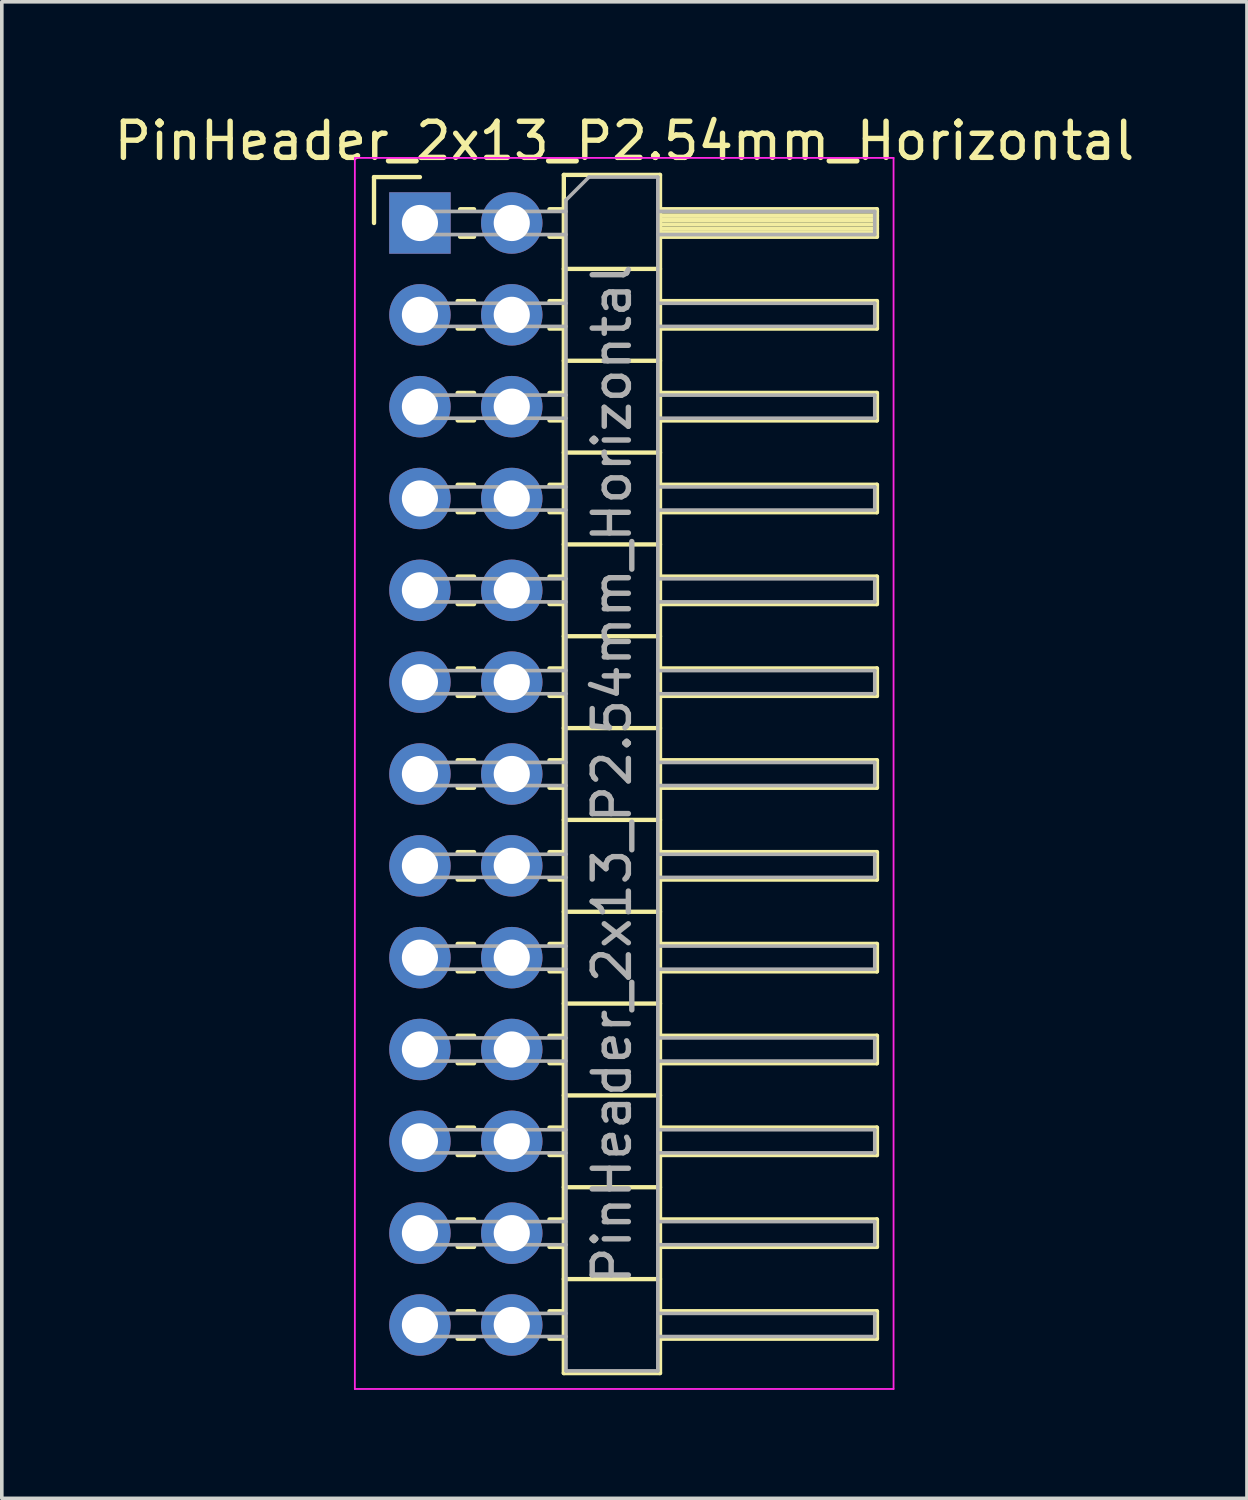
<source format=kicad_pcb>
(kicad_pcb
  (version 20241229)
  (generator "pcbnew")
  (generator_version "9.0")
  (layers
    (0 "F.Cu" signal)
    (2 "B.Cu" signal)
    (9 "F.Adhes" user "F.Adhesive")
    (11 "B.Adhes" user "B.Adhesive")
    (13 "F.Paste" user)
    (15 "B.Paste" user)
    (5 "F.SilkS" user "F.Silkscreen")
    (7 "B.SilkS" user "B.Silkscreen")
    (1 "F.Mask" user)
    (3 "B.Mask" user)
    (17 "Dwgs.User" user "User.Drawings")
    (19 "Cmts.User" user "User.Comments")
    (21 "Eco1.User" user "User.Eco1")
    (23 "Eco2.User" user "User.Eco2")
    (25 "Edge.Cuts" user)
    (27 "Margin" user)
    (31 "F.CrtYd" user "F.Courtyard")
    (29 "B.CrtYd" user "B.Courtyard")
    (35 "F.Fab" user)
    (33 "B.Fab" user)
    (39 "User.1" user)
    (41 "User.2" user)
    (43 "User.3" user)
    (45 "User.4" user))
  (footprint "PinHeader_2x13_P2.54mm_Horizontal"
    (layer "F.Cu")
    (at 8.565 3.118)
    (property "Reference" "PinHeader_2x13_P2.54mm_Horizontal" (at 5.655 -2.27 0) (layer "F.SilkS") (effects (font (size 1 1) (thickness 0.15))))
    (attr through_hole)
    (fp_line (start -1.27 -1.27) (end 0 -1.27) (stroke (width 0.12) (type solid)) (layer "F.SilkS"))
    (fp_line (start -1.27 0) (end -1.27 -1.27) (stroke (width 0.12) (type solid)) (layer "F.SilkS"))
    (fp_line (start 1.043 2.16) (end 1.497 2.16) (stroke (width 0.12) (type solid)) (layer "F.SilkS"))
    (fp_line (start 1.043 2.92) (end 1.497 2.92) (stroke (width 0.12) (type solid)) (layer "F.SilkS"))
    (fp_line (start 1.043 4.7) (end 1.497 4.7) (stroke (width 0.12) (type solid)) (layer "F.SilkS"))
    (fp_line (start 1.043 5.46) (end 1.497 5.46) (stroke (width 0.12) (type solid)) (layer "F.SilkS"))
    (fp_line (start 1.043 7.24) (end 1.497 7.24) (stroke (width 0.12) (type solid)) (layer "F.SilkS"))
    (fp_line (start 1.043 8) (end 1.497 8) (stroke (width 0.12) (type solid)) (layer "F.SilkS"))
    (fp_line (start 1.043 9.78) (end 1.497 9.78) (stroke (width 0.12) (type solid)) (layer "F.SilkS"))
    (fp_line (start 1.043 10.54) (end 1.497 10.54) (stroke (width 0.12) (type solid)) (layer "F.SilkS"))
    (fp_line (start 1.043 12.32) (end 1.497 12.32) (stroke (width 0.12) (type solid)) (layer "F.SilkS"))
    (fp_line (start 1.043 13.08) (end 1.497 13.08) (stroke (width 0.12) (type solid)) (layer "F.SilkS"))
    (fp_line (start 1.043 14.86) (end 1.497 14.86) (stroke (width 0.12) (type solid)) (layer "F.SilkS"))
    (fp_line (start 1.043 15.62) (end 1.497 15.62) (stroke (width 0.12) (type solid)) (layer "F.SilkS"))
    (fp_line (start 1.043 17.4) (end 1.497 17.4) (stroke (width 0.12) (type solid)) (layer "F.SilkS"))
    (fp_line (start 1.043 18.16) (end 1.497 18.16) (stroke (width 0.12) (type solid)) (layer "F.SilkS"))
    (fp_line (start 1.043 19.94) (end 1.497 19.94) (stroke (width 0.12) (type solid)) (layer "F.SilkS"))
    (fp_line (start 1.043 20.7) (end 1.497 20.7) (stroke (width 0.12) (type solid)) (layer "F.SilkS"))
    (fp_line (start 1.043 22.48) (end 1.497 22.48) (stroke (width 0.12) (type solid)) (layer "F.SilkS"))
    (fp_line (start 1.043 23.24) (end 1.497 23.24) (stroke (width 0.12) (type solid)) (layer "F.SilkS"))
    (fp_line (start 1.043 25.02) (end 1.497 25.02) (stroke (width 0.12) (type solid)) (layer "F.SilkS"))
    (fp_line (start 1.043 25.78) (end 1.497 25.78) (stroke (width 0.12) (type solid)) (layer "F.SilkS"))
    (fp_line (start 1.043 27.56) (end 1.497 27.56) (stroke (width 0.12) (type solid)) (layer "F.SilkS"))
    (fp_line (start 1.043 28.32) (end 1.497 28.32) (stroke (width 0.12) (type solid)) (layer "F.SilkS"))
    (fp_line (start 1.043 30.1) (end 1.497 30.1) (stroke (width 0.12) (type solid)) (layer "F.SilkS"))
    (fp_line (start 1.043 30.86) (end 1.497 30.86) (stroke (width 0.12) (type solid)) (layer "F.SilkS"))
    (fp_line (start 1.11 -0.38) (end 1.497 -0.38) (stroke (width 0.12) (type solid)) (layer "F.SilkS"))
    (fp_line (start 1.11 0.38) (end 1.497 0.38) (stroke (width 0.12) (type solid)) (layer "F.SilkS"))
    (fp_line (start 3.583 -0.38) (end 3.98 -0.38) (stroke (width 0.12) (type solid)) (layer "F.SilkS"))
    (fp_line (start 3.583 0.38) (end 3.98 0.38) (stroke (width 0.12) (type solid)) (layer "F.SilkS"))
    (fp_line (start 3.583 2.16) (end 3.98 2.16) (stroke (width 0.12) (type solid)) (layer "F.SilkS"))
    (fp_line (start 3.583 2.92) (end 3.98 2.92) (stroke (width 0.12) (type solid)) (layer "F.SilkS"))
    (fp_line (start 3.583 4.7) (end 3.98 4.7) (stroke (width 0.12) (type solid)) (layer "F.SilkS"))
    (fp_line (start 3.583 5.46) (end 3.98 5.46) (stroke (width 0.12) (type solid)) (layer "F.SilkS"))
    (fp_line (start 3.583 7.24) (end 3.98 7.24) (stroke (width 0.12) (type solid)) (layer "F.SilkS"))
    (fp_line (start 3.583 8) (end 3.98 8) (stroke (width 0.12) (type solid)) (layer "F.SilkS"))
    (fp_line (start 3.583 9.78) (end 3.98 9.78) (stroke (width 0.12) (type solid)) (layer "F.SilkS"))
    (fp_line (start 3.583 10.54) (end 3.98 10.54) (stroke (width 0.12) (type solid)) (layer "F.SilkS"))
    (fp_line (start 3.583 12.32) (end 3.98 12.32) (stroke (width 0.12) (type solid)) (layer "F.SilkS"))
    (fp_line (start 3.583 13.08) (end 3.98 13.08) (stroke (width 0.12) (type solid)) (layer "F.SilkS"))
    (fp_line (start 3.583 14.86) (end 3.98 14.86) (stroke (width 0.12) (type solid)) (layer "F.SilkS"))
    (fp_line (start 3.583 15.62) (end 3.98 15.62) (stroke (width 0.12) (type solid)) (layer "F.SilkS"))
    (fp_line (start 3.583 17.4) (end 3.98 17.4) (stroke (width 0.12) (type solid)) (layer "F.SilkS"))
    (fp_line (start 3.583 18.16) (end 3.98 18.16) (stroke (width 0.12) (type solid)) (layer "F.SilkS"))
    (fp_line (start 3.583 19.94) (end 3.98 19.94) (stroke (width 0.12) (type solid)) (layer "F.SilkS"))
    (fp_line (start 3.583 20.7) (end 3.98 20.7) (stroke (width 0.12) (type solid)) (layer "F.SilkS"))
    (fp_line (start 3.583 22.48) (end 3.98 22.48) (stroke (width 0.12) (type solid)) (layer "F.SilkS"))
    (fp_line (start 3.583 23.24) (end 3.98 23.24) (stroke (width 0.12) (type solid)) (layer "F.SilkS"))
    (fp_line (start 3.583 25.02) (end 3.98 25.02) (stroke (width 0.12) (type solid)) (layer "F.SilkS"))
    (fp_line (start 3.583 25.78) (end 3.98 25.78) (stroke (width 0.12) (type solid)) (layer "F.SilkS"))
    (fp_line (start 3.583 27.56) (end 3.98 27.56) (stroke (width 0.12) (type solid)) (layer "F.SilkS"))
    (fp_line (start 3.583 28.32) (end 3.98 28.32) (stroke (width 0.12) (type solid)) (layer "F.SilkS"))
    (fp_line (start 3.583 30.1) (end 3.98 30.1) (stroke (width 0.12) (type solid)) (layer "F.SilkS"))
    (fp_line (start 3.583 30.86) (end 3.98 30.86) (stroke (width 0.12) (type solid)) (layer "F.SilkS"))
    (fp_line (start 3.98 -1.33) (end 3.98 31.81) (stroke (width 0.12) (type solid)) (layer "F.SilkS"))
    (fp_line (start 3.98 1.27) (end 6.64 1.27) (stroke (width 0.12) (type solid)) (layer "F.SilkS"))
    (fp_line (start 3.98 3.81) (end 6.64 3.81) (stroke (width 0.12) (type solid)) (layer "F.SilkS"))
    (fp_line (start 3.98 6.35) (end 6.64 6.35) (stroke (width 0.12) (type solid)) (layer "F.SilkS"))
    (fp_line (start 3.98 8.89) (end 6.64 8.89) (stroke (width 0.12) (type solid)) (layer "F.SilkS"))
    (fp_line (start 3.98 11.43) (end 6.64 11.43) (stroke (width 0.12) (type solid)) (layer "F.SilkS"))
    (fp_line (start 3.98 13.97) (end 6.64 13.97) (stroke (width 0.12) (type solid)) (layer "F.SilkS"))
    (fp_line (start 3.98 16.51) (end 6.64 16.51) (stroke (width 0.12) (type solid)) (layer "F.SilkS"))
    (fp_line (start 3.98 19.05) (end 6.64 19.05) (stroke (width 0.12) (type solid)) (layer "F.SilkS"))
    (fp_line (start 3.98 21.59) (end 6.64 21.59) (stroke (width 0.12) (type solid)) (layer "F.SilkS"))
    (fp_line (start 3.98 24.13) (end 6.64 24.13) (stroke (width 0.12) (type solid)) (layer "F.SilkS"))
    (fp_line (start 3.98 26.67) (end 6.64 26.67) (stroke (width 0.12) (type solid)) (layer "F.SilkS"))
    (fp_line (start 3.98 29.21) (end 6.64 29.21) (stroke (width 0.12) (type solid)) (layer "F.SilkS"))
    (fp_line (start 3.98 31.81) (end 6.64 31.81) (stroke (width 0.12) (type solid)) (layer "F.SilkS"))
    (fp_line (start 6.64 -1.33) (end 3.98 -1.33) (stroke (width 0.12) (type solid)) (layer "F.SilkS"))
    (fp_line (start 6.64 -0.38) (end 12.64 -0.38) (stroke (width 0.12) (type solid)) (layer "F.SilkS"))
    (fp_line (start 6.64 -0.32) (end 12.64 -0.32) (stroke (width 0.12) (type solid)) (layer "F.SilkS"))
    (fp_line (start 6.64 -0.2) (end 12.64 -0.2) (stroke (width 0.12) (type solid)) (layer "F.SilkS"))
    (fp_line (start 6.64 -0.08) (end 12.64 -0.08) (stroke (width 0.12) (type solid)) (layer "F.SilkS"))
    (fp_line (start 6.64 0.04) (end 12.64 0.04) (stroke (width 0.12) (type solid)) (layer "F.SilkS"))
    (fp_line (start 6.64 0.16) (end 12.64 0.16) (stroke (width 0.12) (type solid)) (layer "F.SilkS"))
    (fp_line (start 6.64 0.28) (end 12.64 0.28) (stroke (width 0.12) (type solid)) (layer "F.SilkS"))
    (fp_line (start 6.64 2.16) (end 12.64 2.16) (stroke (width 0.12) (type solid)) (layer "F.SilkS"))
    (fp_line (start 6.64 4.7) (end 12.64 4.7) (stroke (width 0.12) (type solid)) (layer "F.SilkS"))
    (fp_line (start 6.64 7.24) (end 12.64 7.24) (stroke (width 0.12) (type solid)) (layer "F.SilkS"))
    (fp_line (start 6.64 9.78) (end 12.64 9.78) (stroke (width 0.12) (type solid)) (layer "F.SilkS"))
    (fp_line (start 6.64 12.32) (end 12.64 12.32) (stroke (width 0.12) (type solid)) (layer "F.SilkS"))
    (fp_line (start 6.64 14.86) (end 12.64 14.86) (stroke (width 0.12) (type solid)) (layer "F.SilkS"))
    (fp_line (start 6.64 17.4) (end 12.64 17.4) (stroke (width 0.12) (type solid)) (layer "F.SilkS"))
    (fp_line (start 6.64 19.94) (end 12.64 19.94) (stroke (width 0.12) (type solid)) (layer "F.SilkS"))
    (fp_line (start 6.64 22.48) (end 12.64 22.48) (stroke (width 0.12) (type solid)) (layer "F.SilkS"))
    (fp_line (start 6.64 25.02) (end 12.64 25.02) (stroke (width 0.12) (type solid)) (layer "F.SilkS"))
    (fp_line (start 6.64 27.56) (end 12.64 27.56) (stroke (width 0.12) (type solid)) (layer "F.SilkS"))
    (fp_line (start 6.64 30.1) (end 12.64 30.1) (stroke (width 0.12) (type solid)) (layer "F.SilkS"))
    (fp_line (start 6.64 31.81) (end 6.64 -1.33) (stroke (width 0.12) (type solid)) (layer "F.SilkS"))
    (fp_line (start 12.64 -0.38) (end 12.64 0.38) (stroke (width 0.12) (type solid)) (layer "F.SilkS"))
    (fp_line (start 12.64 0.38) (end 6.64 0.38) (stroke (width 0.12) (type solid)) (layer "F.SilkS"))
    (fp_line (start 12.64 2.16) (end 12.64 2.92) (stroke (width 0.12) (type solid)) (layer "F.SilkS"))
    (fp_line (start 12.64 2.92) (end 6.64 2.92) (stroke (width 0.12) (type solid)) (layer "F.SilkS"))
    (fp_line (start 12.64 4.7) (end 12.64 5.46) (stroke (width 0.12) (type solid)) (layer "F.SilkS"))
    (fp_line (start 12.64 5.46) (end 6.64 5.46) (stroke (width 0.12) (type solid)) (layer "F.SilkS"))
    (fp_line (start 12.64 7.24) (end 12.64 8) (stroke (width 0.12) (type solid)) (layer "F.SilkS"))
    (fp_line (start 12.64 8) (end 6.64 8) (stroke (width 0.12) (type solid)) (layer "F.SilkS"))
    (fp_line (start 12.64 9.78) (end 12.64 10.54) (stroke (width 0.12) (type solid)) (layer "F.SilkS"))
    (fp_line (start 12.64 10.54) (end 6.64 10.54) (stroke (width 0.12) (type solid)) (layer "F.SilkS"))
    (fp_line (start 12.64 12.32) (end 12.64 13.08) (stroke (width 0.12) (type solid)) (layer "F.SilkS"))
    (fp_line (start 12.64 13.08) (end 6.64 13.08) (stroke (width 0.12) (type solid)) (layer "F.SilkS"))
    (fp_line (start 12.64 14.86) (end 12.64 15.62) (stroke (width 0.12) (type solid)) (layer "F.SilkS"))
    (fp_line (start 12.64 15.62) (end 6.64 15.62) (stroke (width 0.12) (type solid)) (layer "F.SilkS"))
    (fp_line (start 12.64 17.4) (end 12.64 18.16) (stroke (width 0.12) (type solid)) (layer "F.SilkS"))
    (fp_line (start 12.64 18.16) (end 6.64 18.16) (stroke (width 0.12) (type solid)) (layer "F.SilkS"))
    (fp_line (start 12.64 19.94) (end 12.64 20.7) (stroke (width 0.12) (type solid)) (layer "F.SilkS"))
    (fp_line (start 12.64 20.7) (end 6.64 20.7) (stroke (width 0.12) (type solid)) (layer "F.SilkS"))
    (fp_line (start 12.64 22.48) (end 12.64 23.24) (stroke (width 0.12) (type solid)) (layer "F.SilkS"))
    (fp_line (start 12.64 23.24) (end 6.64 23.24) (stroke (width 0.12) (type solid)) (layer "F.SilkS"))
    (fp_line (start 12.64 25.02) (end 12.64 25.78) (stroke (width 0.12) (type solid)) (layer "F.SilkS"))
    (fp_line (start 12.64 25.78) (end 6.64 25.78) (stroke (width 0.12) (type solid)) (layer "F.SilkS"))
    (fp_line (start 12.64 27.56) (end 12.64 28.32) (stroke (width 0.12) (type solid)) (layer "F.SilkS"))
    (fp_line (start 12.64 28.32) (end 6.64 28.32) (stroke (width 0.12) (type solid)) (layer "F.SilkS"))
    (fp_line (start 12.64 30.1) (end 12.64 30.86) (stroke (width 0.12) (type solid)) (layer "F.SilkS"))
    (fp_line (start 12.64 30.86) (end 6.64 30.86) (stroke (width 0.12) (type solid)) (layer "F.SilkS"))
    (fp_line (start -1.8 -1.8) (end -1.8 32.25) (stroke (width 0.05) (type solid)) (layer "F.CrtYd"))
    (fp_line (start -1.8 32.25) (end 13.1 32.25) (stroke (width 0.05) (type solid)) (layer "F.CrtYd"))
    (fp_line (start 13.1 -1.8) (end -1.8 -1.8) (stroke (width 0.05) (type solid)) (layer "F.CrtYd"))
    (fp_line (start 13.1 32.25) (end 13.1 -1.8) (stroke (width 0.05) (type solid)) (layer "F.CrtYd"))
    (fp_line (start -0.32 -0.32) (end -0.32 0.32) (stroke (width 0.1) (type solid)) (layer "F.Fab"))
    (fp_line (start -0.32 -0.32) (end 4.04 -0.32) (stroke (width 0.1) (type solid)) (layer "F.Fab"))
    (fp_line (start -0.32 0.32) (end 4.04 0.32) (stroke (width 0.1) (type solid)) (layer "F.Fab"))
    (fp_line (start -0.32 2.22) (end -0.32 2.86) (stroke (width 0.1) (type solid)) (layer "F.Fab"))
    (fp_line (start -0.32 2.22) (end 4.04 2.22) (stroke (width 0.1) (type solid)) (layer "F.Fab"))
    (fp_line (start -0.32 2.86) (end 4.04 2.86) (stroke (width 0.1) (type solid)) (layer "F.Fab"))
    (fp_line (start -0.32 4.76) (end -0.32 5.4) (stroke (width 0.1) (type solid)) (layer "F.Fab"))
    (fp_line (start -0.32 4.76) (end 4.04 4.76) (stroke (width 0.1) (type solid)) (layer "F.Fab"))
    (fp_line (start -0.32 5.4) (end 4.04 5.4) (stroke (width 0.1) (type solid)) (layer "F.Fab"))
    (fp_line (start -0.32 7.3) (end -0.32 7.94) (stroke (width 0.1) (type solid)) (layer "F.Fab"))
    (fp_line (start -0.32 7.3) (end 4.04 7.3) (stroke (width 0.1) (type solid)) (layer "F.Fab"))
    (fp_line (start -0.32 7.94) (end 4.04 7.94) (stroke (width 0.1) (type solid)) (layer "F.Fab"))
    (fp_line (start -0.32 9.84) (end -0.32 10.48) (stroke (width 0.1) (type solid)) (layer "F.Fab"))
    (fp_line (start -0.32 9.84) (end 4.04 9.84) (stroke (width 0.1) (type solid)) (layer "F.Fab"))
    (fp_line (start -0.32 10.48) (end 4.04 10.48) (stroke (width 0.1) (type solid)) (layer "F.Fab"))
    (fp_line (start -0.32 12.38) (end -0.32 13.02) (stroke (width 0.1) (type solid)) (layer "F.Fab"))
    (fp_line (start -0.32 12.38) (end 4.04 12.38) (stroke (width 0.1) (type solid)) (layer "F.Fab"))
    (fp_line (start -0.32 13.02) (end 4.04 13.02) (stroke (width 0.1) (type solid)) (layer "F.Fab"))
    (fp_line (start -0.32 14.92) (end -0.32 15.56) (stroke (width 0.1) (type solid)) (layer "F.Fab"))
    (fp_line (start -0.32 14.92) (end 4.04 14.92) (stroke (width 0.1) (type solid)) (layer "F.Fab"))
    (fp_line (start -0.32 15.56) (end 4.04 15.56) (stroke (width 0.1) (type solid)) (layer "F.Fab"))
    (fp_line (start -0.32 17.46) (end -0.32 18.1) (stroke (width 0.1) (type solid)) (layer "F.Fab"))
    (fp_line (start -0.32 17.46) (end 4.04 17.46) (stroke (width 0.1) (type solid)) (layer "F.Fab"))
    (fp_line (start -0.32 18.1) (end 4.04 18.1) (stroke (width 0.1) (type solid)) (layer "F.Fab"))
    (fp_line (start -0.32 20) (end -0.32 20.64) (stroke (width 0.1) (type solid)) (layer "F.Fab"))
    (fp_line (start -0.32 20) (end 4.04 20) (stroke (width 0.1) (type solid)) (layer "F.Fab"))
    (fp_line (start -0.32 20.64) (end 4.04 20.64) (stroke (width 0.1) (type solid)) (layer "F.Fab"))
    (fp_line (start -0.32 22.54) (end -0.32 23.18) (stroke (width 0.1) (type solid)) (layer "F.Fab"))
    (fp_line (start -0.32 22.54) (end 4.04 22.54) (stroke (width 0.1) (type solid)) (layer "F.Fab"))
    (fp_line (start -0.32 23.18) (end 4.04 23.18) (stroke (width 0.1) (type solid)) (layer "F.Fab"))
    (fp_line (start -0.32 25.08) (end -0.32 25.72) (stroke (width 0.1) (type solid)) (layer "F.Fab"))
    (fp_line (start -0.32 25.08) (end 4.04 25.08) (stroke (width 0.1) (type solid)) (layer "F.Fab"))
    (fp_line (start -0.32 25.72) (end 4.04 25.72) (stroke (width 0.1) (type solid)) (layer "F.Fab"))
    (fp_line (start -0.32 27.62) (end -0.32 28.26) (stroke (width 0.1) (type solid)) (layer "F.Fab"))
    (fp_line (start -0.32 27.62) (end 4.04 27.62) (stroke (width 0.1) (type solid)) (layer "F.Fab"))
    (fp_line (start -0.32 28.26) (end 4.04 28.26) (stroke (width 0.1) (type solid)) (layer "F.Fab"))
    (fp_line (start -0.32 30.16) (end -0.32 30.8) (stroke (width 0.1) (type solid)) (layer "F.Fab"))
    (fp_line (start -0.32 30.16) (end 4.04 30.16) (stroke (width 0.1) (type solid)) (layer "F.Fab"))
    (fp_line (start -0.32 30.8) (end 4.04 30.8) (stroke (width 0.1) (type solid)) (layer "F.Fab"))
    (fp_line (start 4.04 -0.635) (end 4.675 -1.27) (stroke (width 0.1) (type solid)) (layer "F.Fab"))
    (fp_line (start 4.04 31.75) (end 4.04 -0.635) (stroke (width 0.1) (type solid)) (layer "F.Fab"))
    (fp_line (start 4.675 -1.27) (end 6.58 -1.27) (stroke (width 0.1) (type solid)) (layer "F.Fab"))
    (fp_line (start 6.58 -1.27) (end 6.58 31.75) (stroke (width 0.1) (type solid)) (layer "F.Fab"))
    (fp_line (start 6.58 -0.32) (end 12.58 -0.32) (stroke (width 0.1) (type solid)) (layer "F.Fab"))
    (fp_line (start 6.58 0.32) (end 12.58 0.32) (stroke (width 0.1) (type solid)) (layer "F.Fab"))
    (fp_line (start 6.58 2.22) (end 12.58 2.22) (stroke (width 0.1) (type solid)) (layer "F.Fab"))
    (fp_line (start 6.58 2.86) (end 12.58 2.86) (stroke (width 0.1) (type solid)) (layer "F.Fab"))
    (fp_line (start 6.58 4.76) (end 12.58 4.76) (stroke (width 0.1) (type solid)) (layer "F.Fab"))
    (fp_line (start 6.58 5.4) (end 12.58 5.4) (stroke (width 0.1) (type solid)) (layer "F.Fab"))
    (fp_line (start 6.58 7.3) (end 12.58 7.3) (stroke (width 0.1) (type solid)) (layer "F.Fab"))
    (fp_line (start 6.58 7.94) (end 12.58 7.94) (stroke (width 0.1) (type solid)) (layer "F.Fab"))
    (fp_line (start 6.58 9.84) (end 12.58 9.84) (stroke (width 0.1) (type solid)) (layer "F.Fab"))
    (fp_line (start 6.58 10.48) (end 12.58 10.48) (stroke (width 0.1) (type solid)) (layer "F.Fab"))
    (fp_line (start 6.58 12.38) (end 12.58 12.38) (stroke (width 0.1) (type solid)) (layer "F.Fab"))
    (fp_line (start 6.58 13.02) (end 12.58 13.02) (stroke (width 0.1) (type solid)) (layer "F.Fab"))
    (fp_line (start 6.58 14.92) (end 12.58 14.92) (stroke (width 0.1) (type solid)) (layer "F.Fab"))
    (fp_line (start 6.58 15.56) (end 12.58 15.56) (stroke (width 0.1) (type solid)) (layer "F.Fab"))
    (fp_line (start 6.58 17.46) (end 12.58 17.46) (stroke (width 0.1) (type solid)) (layer "F.Fab"))
    (fp_line (start 6.58 18.1) (end 12.58 18.1) (stroke (width 0.1) (type solid)) (layer "F.Fab"))
    (fp_line (start 6.58 20) (end 12.58 20) (stroke (width 0.1) (type solid)) (layer "F.Fab"))
    (fp_line (start 6.58 20.64) (end 12.58 20.64) (stroke (width 0.1) (type solid)) (layer "F.Fab"))
    (fp_line (start 6.58 22.54) (end 12.58 22.54) (stroke (width 0.1) (type solid)) (layer "F.Fab"))
    (fp_line (start 6.58 23.18) (end 12.58 23.18) (stroke (width 0.1) (type solid)) (layer "F.Fab"))
    (fp_line (start 6.58 25.08) (end 12.58 25.08) (stroke (width 0.1) (type solid)) (layer "F.Fab"))
    (fp_line (start 6.58 25.72) (end 12.58 25.72) (stroke (width 0.1) (type solid)) (layer "F.Fab"))
    (fp_line (start 6.58 27.62) (end 12.58 27.62) (stroke (width 0.1) (type solid)) (layer "F.Fab"))
    (fp_line (start 6.58 28.26) (end 12.58 28.26) (stroke (width 0.1) (type solid)) (layer "F.Fab"))
    (fp_line (start 6.58 30.16) (end 12.58 30.16) (stroke (width 0.1) (type solid)) (layer "F.Fab"))
    (fp_line (start 6.58 30.8) (end 12.58 30.8) (stroke (width 0.1) (type solid)) (layer "F.Fab"))
    (fp_line (start 6.58 31.75) (end 4.04 31.75) (stroke (width 0.1) (type solid)) (layer "F.Fab"))
    (fp_line (start 12.58 -0.32) (end 12.58 0.32) (stroke (width 0.1) (type solid)) (layer "F.Fab"))
    (fp_line (start 12.58 2.22) (end 12.58 2.86) (stroke (width 0.1) (type solid)) (layer "F.Fab"))
    (fp_line (start 12.58 4.76) (end 12.58 5.4) (stroke (width 0.1) (type solid)) (layer "F.Fab"))
    (fp_line (start 12.58 7.3) (end 12.58 7.94) (stroke (width 0.1) (type solid)) (layer "F.Fab"))
    (fp_line (start 12.58 9.84) (end 12.58 10.48) (stroke (width 0.1) (type solid)) (layer "F.Fab"))
    (fp_line (start 12.58 12.38) (end 12.58 13.02) (stroke (width 0.1) (type solid)) (layer "F.Fab"))
    (fp_line (start 12.58 14.92) (end 12.58 15.56) (stroke (width 0.1) (type solid)) (layer "F.Fab"))
    (fp_line (start 12.58 17.46) (end 12.58 18.1) (stroke (width 0.1) (type solid)) (layer "F.Fab"))
    (fp_line (start 12.58 20) (end 12.58 20.64) (stroke (width 0.1) (type solid)) (layer "F.Fab"))
    (fp_line (start 12.58 22.54) (end 12.58 23.18) (stroke (width 0.1) (type solid)) (layer "F.Fab"))
    (fp_line (start 12.58 25.08) (end 12.58 25.72) (stroke (width 0.1) (type solid)) (layer "F.Fab"))
    (fp_line (start 12.58 27.62) (end 12.58 28.26) (stroke (width 0.1) (type solid)) (layer "F.Fab"))
    (fp_line (start 12.58 30.16) (end 12.58 30.8) (stroke (width 0.1) (type solid)) (layer "F.Fab"))
    (fp_text user "${REFERENCE}" (at 5.31 15.24 90) (layer "F.Fab") (effects (font (size 1 1) (thickness 0.15))))
    (pad "1" thru_hole rect (at 0 0) (size 1.7 1.7) (drill 1) (layers "*.Cu" "*.Mask"))
    (pad "2" thru_hole oval (at 2.54 0) (size 1.7 1.7) (drill 1) (layers "*.Cu" "*.Mask"))
    (pad "3" thru_hole oval (at 0 2.54) (size 1.7 1.7) (drill 1) (layers "*.Cu" "*.Mask"))
    (pad "4" thru_hole oval (at 2.54 2.54) (size 1.7 1.7) (drill 1) (layers "*.Cu" "*.Mask"))
    (pad "5" thru_hole oval (at 0 5.08) (size 1.7 1.7) (drill 1) (layers "*.Cu" "*.Mask"))
    (pad "6" thru_hole oval (at 2.54 5.08) (size 1.7 1.7) (drill 1) (layers "*.Cu" "*.Mask"))
    (pad "7" thru_hole oval (at 0 7.62) (size 1.7 1.7) (drill 1) (layers "*.Cu" "*.Mask"))
    (pad "8" thru_hole oval (at 2.54 7.62) (size 1.7 1.7) (drill 1) (layers "*.Cu" "*.Mask"))
    (pad "9" thru_hole oval (at 0 10.16) (size 1.7 1.7) (drill 1) (layers "*.Cu" "*.Mask"))
    (pad "10" thru_hole oval (at 2.54 10.16) (size 1.7 1.7) (drill 1) (layers "*.Cu" "*.Mask"))
    (pad "11" thru_hole oval (at 0 12.7) (size 1.7 1.7) (drill 1) (layers "*.Cu" "*.Mask"))
    (pad "12" thru_hole oval (at 2.54 12.7) (size 1.7 1.7) (drill 1) (layers "*.Cu" "*.Mask"))
    (pad "13" thru_hole oval (at 0 15.24) (size 1.7 1.7) (drill 1) (layers "*.Cu" "*.Mask"))
    (pad "14" thru_hole oval (at 2.54 15.24) (size 1.7 1.7) (drill 1) (layers "*.Cu" "*.Mask"))
    (pad "15" thru_hole oval (at 0 17.78) (size 1.7 1.7) (drill 1) (layers "*.Cu" "*.Mask"))
    (pad "16" thru_hole oval (at 2.54 17.78) (size 1.7 1.7) (drill 1) (layers "*.Cu" "*.Mask"))
    (pad "17" thru_hole oval (at 0 20.32) (size 1.7 1.7) (drill 1) (layers "*.Cu" "*.Mask"))
    (pad "18" thru_hole oval (at 2.54 20.32) (size 1.7 1.7) (drill 1) (layers "*.Cu" "*.Mask"))
    (pad "19" thru_hole oval (at 0 22.86) (size 1.7 1.7) (drill 1) (layers "*.Cu" "*.Mask"))
    (pad "20" thru_hole oval (at 2.54 22.86) (size 1.7 1.7) (drill 1) (layers "*.Cu" "*.Mask"))
    (pad "21" thru_hole oval (at 0 25.4) (size 1.7 1.7) (drill 1) (layers "*.Cu" "*.Mask"))
    (pad "22" thru_hole oval (at 2.54 25.4) (size 1.7 1.7) (drill 1) (layers "*.Cu" "*.Mask"))
    (pad "23" thru_hole oval (at 0 27.94) (size 1.7 1.7) (drill 1) (layers "*.Cu" "*.Mask"))
    (pad "24" thru_hole oval (at 2.54 27.94) (size 1.7 1.7) (drill 1) (layers "*.Cu" "*.Mask"))
    (pad "25" thru_hole oval (at 0 30.48) (size 1.7 1.7) (drill 1) (layers "*.Cu" "*.Mask"))
    (pad "26" thru_hole oval (at 2.54 30.48) (size 1.7 1.7) (drill 1) (layers "*.Cu" "*.Mask")))
  (gr_rect
    (start -3 -3)
    (end 31.44 38.393)
    (stroke (width 0.1) (type default))
    (fill no)
    (layer "Edge.Cuts")))
</source>
